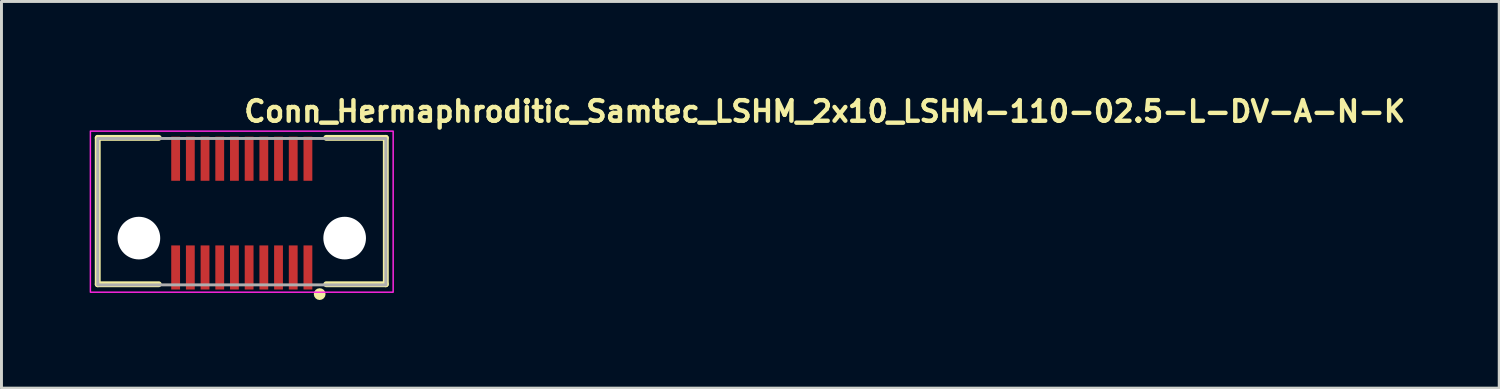
<source format=kicad_pcb>
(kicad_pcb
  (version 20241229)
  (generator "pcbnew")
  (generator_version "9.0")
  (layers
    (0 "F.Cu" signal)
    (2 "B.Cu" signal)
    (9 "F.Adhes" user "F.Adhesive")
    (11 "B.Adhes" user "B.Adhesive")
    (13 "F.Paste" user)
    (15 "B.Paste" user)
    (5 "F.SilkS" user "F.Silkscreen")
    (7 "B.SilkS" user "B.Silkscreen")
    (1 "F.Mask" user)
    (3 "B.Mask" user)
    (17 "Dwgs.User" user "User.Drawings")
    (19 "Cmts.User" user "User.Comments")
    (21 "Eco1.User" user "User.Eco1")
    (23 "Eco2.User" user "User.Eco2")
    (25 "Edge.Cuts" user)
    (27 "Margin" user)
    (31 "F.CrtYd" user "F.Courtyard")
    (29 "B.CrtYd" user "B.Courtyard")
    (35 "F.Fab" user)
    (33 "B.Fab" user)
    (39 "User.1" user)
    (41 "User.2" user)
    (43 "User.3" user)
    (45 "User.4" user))
  (footprint "Conn_Hermaphroditic_Samtec_LSHM_2x10_LSHM-110-02.5-L-DV-A-N-K"
    (layer "F.Cu")
    (at 5.175 4.15)
    (property "Reference" "Conn_Hermaphroditic_Samtec_LSHM_2x10_LSHM-110-02.5-L-DV-A-N-K" (at 0 -3 0) (layer "F.SilkS") (effects (font (size 0.7 0.7) (thickness 0.15)) (justify left bottom)))
    (attr smd)
    (fp_line (start -4.9 -2.51) (end -4.9 2.47) (stroke (width 0.2) (type solid)) (layer "F.SilkS"))
    (fp_line (start -4.9 -2.51) (end -2.825 -2.51) (stroke (width 0.2) (type solid)) (layer "F.SilkS"))
    (fp_line (start -4.9 2.47) (end -2.825 2.47) (stroke (width 0.2) (type solid)) (layer "F.SilkS"))
    (fp_line (start 2.875 -2.51) (end 4.9 -2.51) (stroke (width 0.2) (type solid)) (layer "F.SilkS"))
    (fp_line (start 2.875 2.47) (end 4.9 2.47) (stroke (width 0.2) (type solid)) (layer "F.SilkS"))
    (fp_line (start 4.9 2.47) (end 4.9 -2.51) (stroke (width 0.2) (type solid)) (layer "F.SilkS"))
    (fp_circle (center 2.65 2.805) (end 2.75 2.805) (stroke (width 0.2) (type solid)) (fill no) (layer "F.SilkS"))
    (fp_rect (start -5.15 -2.74) (end 5.15 2.74) (stroke (width 0.05) (type solid)) (fill no) (layer "F.CrtYd"))
    (fp_rect (start -4.9 -2.49) (end 4.9 2.49) (stroke (width 0.1) (type solid)) (fill no) (layer "F.Fab"))
    (fp_rect (start -4.9 -2.49) (end 4.9 2.49) (stroke (width 0.1) (type solid)) (fill no) (layer "User.5"))
    (fp_line (start -4.9 -1.44) (end -4.9 -1.84) (stroke (width 0.02) (type solid)) (layer "User.9"))
    (fp_line (start -4.9 1.84) (end -4.9 1.44) (stroke (width 0.02) (type solid)) (layer "User.9"))
    (fp_line (start -4.9 1.84) (end -4.849 1.84) (stroke (width 0.02) (type solid)) (layer "User.9"))
    (fp_line (start -4.849 -1.84) (end -4.9 -1.84) (stroke (width 0.02) (type solid)) (layer "User.9"))
    (fp_line (start -4.849 -1.84) (end -4.849 -0.1) (stroke (width 0.02) (type solid)) (layer "User.9"))
    (fp_line (start -4.849 -1.44) (end -4.9 -1.44) (stroke (width 0.02) (type solid)) (layer "User.9"))
    (fp_line (start -4.849 -0.1) (end -4.5 -0.1) (stroke (width 0.02) (type solid)) (layer "User.9"))
    (fp_line (start -4.849 1.44) (end -4.9 1.44) (stroke (width 0.02) (type solid)) (layer "User.9"))
    (fp_line (start -4.849 1.44) (end -4.849 -0.1) (stroke (width 0.02) (type solid)) (layer "User.9"))
    (fp_line (start -4.7 -0.1) (end -4.7 1.99) (stroke (width 0.02) (type solid)) (layer "User.9"))
    (fp_line (start -4.7 1.99) (end -4.849 1.84) (stroke (width 0.02) (type solid)) (layer "User.9"))
    (fp_line (start -4.7 1.99) (end -4.6 2.09) (stroke (width 0.02) (type solid)) (layer "User.9"))
    (fp_line (start -4.6 2.09) (end -4.45 2.24) (stroke (width 0.02) (type solid)) (layer "User.9"))
    (fp_line (start -4.5 -0.1) (end -4.35 -0.25) (stroke (width 0.02) (type solid)) (layer "User.9"))
    (fp_line (start -4.45 -2.34) (end -4.45 -2.24) (stroke (width 0.02) (type solid)) (layer "User.9"))
    (fp_line (start -4.45 -2.24) (end -4.849 -1.84) (stroke (width 0.02) (type solid)) (layer "User.9"))
    (fp_line (start -4.45 2.24) (end -4.45 2.34) (stroke (width 0.02) (type solid)) (layer "User.9"))
    (fp_line (start -4.45 2.34) (end -4.25 2.34) (stroke (width 0.02) (type solid)) (layer "User.9"))
    (fp_line (start -4.35 -0.9) (end -3.865 -0.9) (stroke (width 0.02) (type solid)) (layer "User.9"))
    (fp_line (start -4.35 -0.25) (end -4.35 -0.9) (stroke (width 0.02) (type solid)) (layer "User.9"))
    (fp_line (start -4.3 0.15) (end -4.3 0.8) (stroke (width 0.02) (type solid)) (layer "User.9"))
    (fp_line (start -4.3 0.8) (end -3.825 0.8) (stroke (width 0.02) (type solid)) (layer "User.9"))
    (fp_line (start -4.25 2.09) (end -4.6 2.09) (stroke (width 0.02) (type solid)) (layer "User.9"))
    (fp_line (start -4.25 2.09) (end -4.25 2.39) (stroke (width 0.02) (type solid)) (layer "User.9"))
    (fp_line (start -4.15 0) (end -4.3 0.15) (stroke (width 0.02) (type solid)) (layer "User.9"))
    (fp_line (start -4.049 -2.34) (end -4.45 -2.34) (stroke (width 0.02) (type solid)) (layer "User.9"))
    (fp_line (start -4.049 -2.34) (end -4.049 -2.24) (stroke (width 0.02) (type solid)) (layer "User.9"))
    (fp_line (start -3.865 -1.5) (end -3.035 -1.5) (stroke (width 0.02) (type solid)) (layer "User.9"))
    (fp_line (start -3.865 -0.9) (end -3.865 -1.5) (stroke (width 0.02) (type solid)) (layer "User.9"))
    (fp_line (start -3.85 2.09) (end -4.25 2.09) (stroke (width 0.02) (type solid)) (layer "User.9"))
    (fp_line (start -3.85 2.09) (end -3.85 2.39) (stroke (width 0.02) (type solid)) (layer "User.9"))
    (fp_line (start -3.85 2.39) (end -4.25 2.39) (stroke (width 0.02) (type solid)) (layer "User.9"))
    (fp_line (start -3.825 0.8) (end -3.825 1.399) (stroke (width 0.02) (type solid)) (layer "User.9"))
    (fp_line (start -3.825 1.399) (end -3.075 1.399) (stroke (width 0.02) (type solid)) (layer "User.9"))
    (fp_line (start -3.4 -2.24) (end -3.4 -2.49) (stroke (width 0.02) (type solid)) (layer "User.9"))
    (fp_line (start -3.4 2.49) (end -3.4 2.24) (stroke (width 0.02) (type solid)) (layer "User.9"))
    (fp_line (start -3.2 -2.49) (end -3.4 -2.49) (stroke (width 0.02) (type solid)) (layer "User.9"))
    (fp_line (start -3.2 -2.24) (end -3.2 -2.49) (stroke (width 0.02) (type solid)) (layer "User.9"))
    (fp_line (start -3.2 2.49) (end -3.4 2.49) (stroke (width 0.02) (type solid)) (layer "User.9"))
    (fp_line (start -3.2 2.49) (end -3.2 2.24) (stroke (width 0.02) (type solid)) (layer "User.9"))
    (fp_line (start -3.075 0.8) (end -2.7 0.8) (stroke (width 0.02) (type solid)) (layer "User.9"))
    (fp_line (start -3.075 1.399) (end -3.075 0.8) (stroke (width 0.02) (type solid)) (layer "User.9"))
    (fp_line (start -3.035 -1.5) (end -3.035 -0.9) (stroke (width 0.02) (type solid)) (layer "User.9"))
    (fp_line (start -3.035 -0.9) (end -2.384 -0.9) (stroke (width 0.02) (type solid)) (layer "User.9"))
    (fp_line (start -2.7 -2.49) (end -3.2 -2.49) (stroke (width 0.02) (type solid)) (layer "User.9"))
    (fp_line (start -2.7 -2.24) (end -2.7 -2.49) (stroke (width 0.02) (type solid)) (layer "User.9"))
    (fp_line (start -2.7 0.54) (end -2.7 0.8) (stroke (width 0.02) (type solid)) (layer "User.9"))
    (fp_line (start -2.7 2.49) (end -3.2 2.49) (stroke (width 0.02) (type solid)) (layer "User.9"))
    (fp_line (start -2.7 2.49) (end -2.7 2.24) (stroke (width 0.02) (type solid)) (layer "User.9"))
    (fp_line (start -2.384 -1.45) (end -2.384 -0.9) (stroke (width 0.02) (type solid)) (layer "User.9"))
    (fp_line (start -2.384 -0.9) (end -2.384 -0.65) (stroke (width 0.02) (type solid)) (layer "User.9"))
    (fp_line (start -2.384 -0.9) (end -2.35 -0.9) (stroke (width 0.02) (type solid)) (layer "User.9"))
    (fp_line (start -2.384 -0.65) (end -2.115 -0.65) (stroke (width 0.02) (type solid)) (layer "User.9"))
    (fp_line (start -2.384 0.545) (end -2.115 0.545) (stroke (width 0.02) (type solid)) (layer "User.9"))
    (fp_line (start -2.384 0.8) (end -2.7 0.8) (stroke (width 0.02) (type solid)) (layer "User.9"))
    (fp_line (start -2.384 0.8) (end -2.384 0.545) (stroke (width 0.02) (type solid)) (layer "User.9"))
    (fp_line (start -2.384 0.8) (end -2.384 1.25) (stroke (width 0.02) (type solid)) (layer "User.9"))
    (fp_line (start -2.384 0.8) (end -2.35 0.8) (stroke (width 0.02) (type solid)) (layer "User.9"))
    (fp_line (start -2.384 1.25) (end -2.35 1.25) (stroke (width 0.02) (type solid)) (layer "User.9"))
    (fp_line (start -2.35 -2.3) (end -2.35 -2.25) (stroke (width 0.02) (type solid)) (layer "User.9"))
    (fp_line (start -2.35 -2.25) (end -2.35 -2.24) (stroke (width 0.02) (type solid)) (layer "User.9"))
    (fp_line (start -2.35 -1.17) (end -2.35 -0.814) (stroke (width 0.02) (type solid)) (layer "User.9"))
    (fp_line (start -2.35 -0.814) (end -2.35 -0.67) (stroke (width 0.02) (type solid)) (layer "User.9"))
    (fp_line (start -2.35 -0.67) (end -2.35 -0.65) (stroke (width 0.02) (type solid)) (layer "User.9"))
    (fp_line (start -2.35 0.545) (end -2.35 0.722) (stroke (width 0.02) (type solid)) (layer "User.9"))
    (fp_line (start -2.35 0.722) (end -2.35 0.87) (stroke (width 0.02) (type solid)) (layer "User.9"))
    (fp_line (start -2.35 0.87) (end -2.35 1.2) (stroke (width 0.02) (type solid)) (layer "User.9"))
    (fp_line (start -2.35 1.2) (end -2.35 1.3) (stroke (width 0.02) (type solid)) (layer "User.9"))
    (fp_line (start -2.35 2.24) (end -2.35 2.25) (stroke (width 0.02) (type solid)) (layer "User.9"))
    (fp_line (start -2.35 2.25) (end -2.35 2.3) (stroke (width 0.02) (type solid)) (layer "User.9"))
    (fp_line (start -2.15 -2.3) (end -2.35 -2.3) (stroke (width 0.02) (type solid)) (layer "User.9"))
    (fp_line (start -2.15 -2.25) (end -2.15 -2.3) (stroke (width 0.02) (type solid)) (layer "User.9"))
    (fp_line (start -2.15 -2.24) (end -2.15 -2.25) (stroke (width 0.02) (type solid)) (layer "User.9"))
    (fp_line (start -2.15 -1.17) (end -2.35 -1.17) (stroke (width 0.02) (type solid)) (layer "User.9"))
    (fp_line (start -2.15 -0.9) (end -2.115 -0.9) (stroke (width 0.02) (type solid)) (layer "User.9"))
    (fp_line (start -2.15 -0.814) (end -2.35 -0.814) (stroke (width 0.02) (type solid)) (layer "User.9"))
    (fp_line (start -2.15 -0.814) (end -2.15 -1.17) (stroke (width 0.02) (type solid)) (layer "User.9"))
    (fp_line (start -2.15 -0.67) (end -2.35 -0.67) (stroke (width 0.02) (type solid)) (layer "User.9"))
    (fp_line (start -2.15 -0.67) (end -2.15 -0.814) (stroke (width 0.02) (type solid)) (layer "User.9"))
    (fp_line (start -2.15 -0.65) (end -2.15 -0.67) (stroke (width 0.02) (type solid)) (layer "User.9"))
    (fp_line (start -2.15 0.545) (end -2.15 0.722) (stroke (width 0.02) (type solid)) (layer "User.9"))
    (fp_line (start -2.15 0.722) (end -2.35 0.722) (stroke (width 0.02) (type solid)) (layer "User.9"))
    (fp_line (start -2.15 0.722) (end -2.15 0.87) (stroke (width 0.02) (type solid)) (layer "User.9"))
    (fp_line (start -2.15 0.8) (end -2.115 0.8) (stroke (width 0.02) (type solid)) (layer "User.9"))
    (fp_line (start -2.15 0.87) (end -2.35 0.87) (stroke (width 0.02) (type solid)) (layer "User.9"))
    (fp_line (start -2.15 0.87) (end -2.15 1.2) (stroke (width 0.02) (type solid)) (layer "User.9"))
    (fp_line (start -2.15 1.2) (end -2.15 1.3) (stroke (width 0.02) (type solid)) (layer "User.9"))
    (fp_line (start -2.15 1.25) (end -2.115 1.25) (stroke (width 0.02) (type solid)) (layer "User.9"))
    (fp_line (start -2.15 2.24) (end -2.15 2.25) (stroke (width 0.02) (type solid)) (layer "User.9"))
    (fp_line (start -2.15 2.25) (end -2.15 2.3) (stroke (width 0.02) (type solid)) (layer "User.9"))
    (fp_line (start -2.15 2.3) (end -2.35 2.3) (stroke (width 0.02) (type solid)) (layer "User.9"))
    (fp_line (start -2.115 -1.45) (end -2.384 -1.45) (stroke (width 0.02) (type solid)) (layer "User.9"))
    (fp_line (start -2.115 -0.9) (end -2.115 -1.45) (stroke (width 0.02) (type solid)) (layer "User.9"))
    (fp_line (start -2.115 -0.9) (end -1.885 -0.9) (stroke (width 0.02) (type solid)) (layer "User.9"))
    (fp_line (start -2.115 -0.65) (end -2.115 -0.9) (stroke (width 0.02) (type solid)) (layer "User.9"))
    (fp_line (start -2.115 0.545) (end -2.115 0.8) (stroke (width 0.02) (type solid)) (layer "User.9"))
    (fp_line (start -2.115 1.25) (end -2.115 0.8) (stroke (width 0.02) (type solid)) (layer "User.9"))
    (fp_line (start -2 -2.24) (end -4.45 -2.24) (stroke (width 0.02) (type solid)) (layer "User.9"))
    (fp_line (start -2 -2.24) (end -2 -1.96) (stroke (width 0.02) (type solid)) (layer "User.9"))
    (fp_line (start -2 -1.96) (end -0.5 -1.96) (stroke (width 0.02) (type solid)) (layer "User.9"))
    (fp_line (start -2 0) (end -4.15 0) (stroke (width 0.02) (type solid)) (layer "User.9"))
    (fp_line (start -2 0) (end -2 0.2) (stroke (width 0.02) (type solid)) (layer "User.9"))
    (fp_line (start -2 0.2) (end -1.732 0.2) (stroke (width 0.02) (type solid)) (layer "User.9"))
    (fp_line (start -2 1.96) (end -2 2.09) (stroke (width 0.02) (type solid)) (layer "User.9"))
    (fp_line (start -2 2.09) (end -3.85 2.09) (stroke (width 0.02) (type solid)) (layer "User.9"))
    (fp_line (start -2 2.24) (end -3.85 2.24) (stroke (width 0.02) (type solid)) (layer "User.9"))
    (fp_line (start -2 2.24) (end -2 2.09) (stroke (width 0.02) (type solid)) (layer "User.9"))
    (fp_line (start -2 2.24) (end -0.5 2.24) (stroke (width 0.02) (type solid)) (layer "User.9"))
    (fp_line (start -1.885 -1.45) (end -1.885 -0.9) (stroke (width 0.02) (type solid)) (layer "User.9"))
    (fp_line (start -1.885 -0.9) (end -1.885 -0.65) (stroke (width 0.02) (type solid)) (layer "User.9"))
    (fp_line (start -1.885 -0.9) (end -1.85 -0.9) (stroke (width 0.02) (type solid)) (layer "User.9"))
    (fp_line (start -1.885 -0.65) (end -1.643 -0.65) (stroke (width 0.02) (type solid)) (layer "User.9"))
    (fp_line (start -1.885 0.545) (end -1.645 0.545) (stroke (width 0.02) (type solid)) (layer "User.9"))
    (fp_line (start -1.885 0.8) (end -2.115 0.8) (stroke (width 0.02) (type solid)) (layer "User.9"))
    (fp_line (start -1.885 0.8) (end -1.885 0.545) (stroke (width 0.02) (type solid)) (layer "User.9"))
    (fp_line (start -1.885 0.8) (end -1.885 1.25) (stroke (width 0.02) (type solid)) (layer "User.9"))
    (fp_line (start -1.885 0.8) (end -1.85 0.8) (stroke (width 0.02) (type solid)) (layer "User.9"))
    (fp_line (start -1.885 1.25) (end -1.85 1.25) (stroke (width 0.02) (type solid)) (layer "User.9"))
    (fp_line (start -1.85 -2.3) (end -1.85 -2.25) (stroke (width 0.02) (type solid)) (layer "User.9"))
    (fp_line (start -1.85 -2.25) (end -1.85 -2.05) (stroke (width 0.02) (type solid)) (layer "User.9"))
    (fp_line (start -1.85 -2) (end -1.85 -2.05) (stroke (width 0.02) (type solid)) (layer "User.9"))
    (fp_line (start -1.85 -1.17) (end -1.85 -0.814) (stroke (width 0.02) (type solid)) (layer "User.9"))
    (fp_line (start -1.85 -0.814) (end -1.85 -0.67) (stroke (width 0.02) (type solid)) (layer "User.9"))
    (fp_line (start -1.85 -0.67) (end -1.85 -0.65) (stroke (width 0.02) (type solid)) (layer "User.9"))
    (fp_line (start -1.85 0.722) (end -1.85 0.545) (stroke (width 0.02) (type solid)) (layer "User.9"))
    (fp_line (start -1.85 0.87) (end -1.85 0.722) (stroke (width 0.02) (type solid)) (layer "User.9"))
    (fp_line (start -1.85 1.2) (end -1.85 0.87) (stroke (width 0.02) (type solid)) (layer "User.9"))
    (fp_line (start -1.85 1.3) (end -1.85 1.2) (stroke (width 0.02) (type solid)) (layer "User.9"))
    (fp_line (start -1.85 2.25) (end -1.85 2.24) (stroke (width 0.02) (type solid)) (layer "User.9"))
    (fp_line (start -1.85 2.3) (end -1.85 2.25) (stroke (width 0.02) (type solid)) (layer "User.9"))
    (fp_line (start -1.75 -0.05) (end -1.75 -0.05) (stroke (width 0.02) (type solid)) (layer "User.9"))
    (fp_line (start -1.75 -0.05) (end -1.747 0.04) (stroke (width 0.02) (type solid)) (layer "User.9"))
    (fp_line (start -1.747 -0.14) (end -1.75 -0.05) (stroke (width 0.02) (type solid)) (layer "User.9"))
    (fp_line (start -1.747 0.04) (end -1.74 0.128) (stroke (width 0.02) (type solid)) (layer "User.9"))
    (fp_line (start -1.74 -0.228) (end -1.747 -0.14) (stroke (width 0.02) (type solid)) (layer "User.9"))
    (fp_line (start -1.74 0.128) (end -1.729 0.216) (stroke (width 0.02) (type solid)) (layer "User.9"))
    (fp_line (start -1.729 -0.316) (end -1.74 -0.228) (stroke (width 0.02) (type solid)) (layer "User.9"))
    (fp_line (start -1.729 0.216) (end -1.714 0.302) (stroke (width 0.02) (type solid)) (layer "User.9"))
    (fp_line (start -1.714 -0.402) (end -1.729 -0.316) (stroke (width 0.02) (type solid)) (layer "User.9"))
    (fp_line (start -1.714 0.302) (end -1.694 0.387) (stroke (width 0.02) (type solid)) (layer "User.9"))
    (fp_line (start -1.694 -0.487) (end -1.714 -0.402) (stroke (width 0.02) (type solid)) (layer "User.9"))
    (fp_line (start -1.694 0.387) (end -1.671 0.47) (stroke (width 0.02) (type solid)) (layer "User.9"))
    (fp_line (start -1.671 -0.57) (end -1.694 -0.487) (stroke (width 0.02) (type solid)) (layer "User.9"))
    (fp_line (start -1.671 0.47) (end -1.643 0.551) (stroke (width 0.02) (type solid)) (layer "User.9"))
    (fp_line (start -1.649 -2.3) (end -1.85 -2.3) (stroke (width 0.02) (type solid)) (layer "User.9"))
    (fp_line (start -1.649 -2.25) (end -1.649 -2.3) (stroke (width 0.02) (type solid)) (layer "User.9"))
    (fp_line (start -1.649 -2.05) (end -1.649 -2.25) (stroke (width 0.02) (type solid)) (layer "User.9"))
    (fp_line (start -1.649 -2.05) (end -1.649 -2) (stroke (width 0.02) (type solid)) (layer "User.9"))
    (fp_line (start -1.649 -1.17) (end -1.85 -1.17) (stroke (width 0.02) (type solid)) (layer "User.9"))
    (fp_line (start -1.649 -0.9) (end -1.615 -0.9) (stroke (width 0.02) (type solid)) (layer "User.9"))
    (fp_line (start -1.649 -0.814) (end -1.85 -0.814) (stroke (width 0.02) (type solid)) (layer "User.9"))
    (fp_line (start -1.649 -0.814) (end -1.649 -1.17) (stroke (width 0.02) (type solid)) (layer "User.9"))
    (fp_line (start -1.649 -0.67) (end -1.85 -0.67) (stroke (width 0.02) (type solid)) (layer "User.9"))
    (fp_line (start -1.649 -0.67) (end -1.649 -0.814) (stroke (width 0.02) (type solid)) (layer "User.9"))
    (fp_line (start -1.649 -0.65) (end -1.649 -0.67) (stroke (width 0.02) (type solid)) (layer "User.9"))
    (fp_line (start -1.649 0.545) (end -1.649 0.722) (stroke (width 0.02) (type solid)) (layer "User.9"))
    (fp_line (start -1.649 0.722) (end -1.85 0.722) (stroke (width 0.02) (type solid)) (layer "User.9"))
    (fp_line (start -1.649 0.722) (end -1.649 0.87) (stroke (width 0.02) (type solid)) (layer "User.9"))
    (fp_line (start -1.649 0.8) (end -1.615 0.8) (stroke (width 0.02) (type solid)) (layer "User.9"))
    (fp_line (start -1.649 0.87) (end -1.85 0.87) (stroke (width 0.02) (type solid)) (layer "User.9"))
    (fp_line (start -1.649 0.87) (end -1.649 1.2) (stroke (width 0.02) (type solid)) (layer "User.9"))
    (fp_line (start -1.649 1.2) (end -1.649 1.3) (stroke (width 0.02) (type solid)) (layer "User.9"))
    (fp_line (start -1.649 1.25) (end -1.615 1.25) (stroke (width 0.02) (type solid)) (layer "User.9"))
    (fp_line (start -1.649 2.24) (end -1.649 2.25) (stroke (width 0.02) (type solid)) (layer "User.9"))
    (fp_line (start -1.649 2.25) (end -1.649 2.3) (stroke (width 0.02) (type solid)) (layer "User.9"))
    (fp_line (start -1.649 2.3) (end -1.85 2.3) (stroke (width 0.02) (type solid)) (layer "User.9"))
    (fp_line (start -1.647 0.54) (end -2.7 0.54) (stroke (width 0.02) (type solid)) (layer "User.9"))
    (fp_line (start -1.643 -0.651) (end -1.671 -0.57) (stroke (width 0.02) (type solid)) (layer "User.9"))
    (fp_line (start -1.643 0.551) (end -1.612 0.631) (stroke (width 0.02) (type solid)) (layer "User.9"))
    (fp_line (start -1.615 -1.45) (end -1.885 -1.45) (stroke (width 0.02) (type solid)) (layer "User.9"))
    (fp_line (start -1.615 -0.9) (end -1.615 -1.45) (stroke (width 0.02) (type solid)) (layer "User.9"))
    (fp_line (start -1.615 -0.9) (end -1.529 -0.9) (stroke (width 0.02) (type solid)) (layer "User.9"))
    (fp_line (start -1.615 -0.723) (end -1.615 -0.9) (stroke (width 0.02) (type solid)) (layer "User.9"))
    (fp_line (start -1.615 0.623) (end -1.615 0.8) (stroke (width 0.02) (type solid)) (layer "User.9"))
    (fp_line (start -1.615 1.25) (end -1.615 0.8) (stroke (width 0.02) (type solid)) (layer "User.9"))
    (fp_line (start -1.612 -0.731) (end -1.643 -0.651) (stroke (width 0.02) (type solid)) (layer "User.9"))
    (fp_line (start -1.612 0.631) (end -1.577 0.708) (stroke (width 0.02) (type solid)) (layer "User.9"))
    (fp_line (start -1.577 -0.808) (end -1.612 -0.731) (stroke (width 0.02) (type solid)) (layer "User.9"))
    (fp_line (start -1.577 0.708) (end -1.538 0.784) (stroke (width 0.02) (type solid)) (layer "User.9"))
    (fp_line (start -1.538 -0.884) (end -1.577 -0.808) (stroke (width 0.02) (type solid)) (layer "User.9"))
    (fp_line (start -1.538 0.784) (end -1.496 0.857) (stroke (width 0.02) (type solid)) (layer "User.9"))
    (fp_line (start -1.529 0.8) (end -1.615 0.8) (stroke (width 0.02) (type solid)) (layer "User.9"))
    (fp_line (start -1.496 -0.957) (end -1.538 -0.884) (stroke (width 0.02) (type solid)) (layer "User.9"))
    (fp_line (start -1.496 0.857) (end -1.451 0.928) (stroke (width 0.02) (type solid)) (layer "User.9"))
    (fp_line (start -1.451 -1.028) (end -1.496 -0.957) (stroke (width 0.02) (type solid)) (layer "User.9"))
    (fp_line (start -1.451 0.928) (end -1.402 0.997) (stroke (width 0.02) (type solid)) (layer "User.9"))
    (fp_line (start -1.402 -1.097) (end -1.451 -1.028) (stroke (width 0.02) (type solid)) (layer "User.9"))
    (fp_line (start -1.402 0.997) (end -1.35 1.063) (stroke (width 0.02) (type solid)) (layer "User.9"))
    (fp_line (start -1.385 -1.45) (end -1.385 -1.119) (stroke (width 0.02) (type solid)) (layer "User.9"))
    (fp_line (start -1.385 1.019) (end -1.385 1.25) (stroke (width 0.02) (type solid)) (layer "User.9"))
    (fp_line (start -1.385 1.25) (end -1.35 1.25) (stroke (width 0.02) (type solid)) (layer "User.9"))
    (fp_line (start -1.35 -2.3) (end -1.35 -2.25) (stroke (width 0.02) (type solid)) (layer "User.9"))
    (fp_line (start -1.35 -2.25) (end -1.35 -2.05) (stroke (width 0.02) (type solid)) (layer "User.9"))
    (fp_line (start -1.35 -2) (end -1.35 -2.05) (stroke (width 0.02) (type solid)) (layer "User.9"))
    (fp_line (start -1.35 -1.17) (end -1.35 -1.163) (stroke (width 0.02) (type solid)) (layer "User.9"))
    (fp_line (start -1.35 -1.163) (end -1.402 -1.097) (stroke (width 0.02) (type solid)) (layer "User.9"))
    (fp_line (start -1.35 1.063) (end -1.295 1.126) (stroke (width 0.02) (type solid)) (layer "User.9"))
    (fp_line (start -1.35 1.2) (end -1.35 1.063) (stroke (width 0.02) (type solid)) (layer "User.9"))
    (fp_line (start -1.35 1.3) (end -1.35 1.2) (stroke (width 0.02) (type solid)) (layer "User.9"))
    (fp_line (start -1.35 2.25) (end -1.35 2.24) (stroke (width 0.02) (type solid)) (layer "User.9"))
    (fp_line (start -1.35 2.3) (end -1.35 2.25) (stroke (width 0.02) (type solid)) (layer "User.9"))
    (fp_line (start -1.344 -1.17) (end -1.35 -1.17) (stroke (width 0.02) (type solid)) (layer "User.9"))
    (fp_line (start -1.295 -1.226) (end -1.35 -1.163) (stroke (width 0.02) (type solid)) (layer "User.9"))
    (fp_line (start -1.295 1.126) (end -1.237 1.187) (stroke (width 0.02) (type solid)) (layer "User.9"))
    (fp_line (start -1.237 -1.287) (end -1.295 -1.226) (stroke (width 0.02) (type solid)) (layer "User.9"))
    (fp_line (start -1.237 1.187) (end -1.176 1.245) (stroke (width 0.02) (type solid)) (layer "User.9"))
    (fp_line (start -1.176 -1.345) (end -1.237 -1.287) (stroke (width 0.02) (type solid)) (layer "User.9"))
    (fp_line (start -1.176 1.245) (end -1.113 1.3) (stroke (width 0.02) (type solid)) (layer "User.9"))
    (fp_line (start -1.15 -2.3) (end -1.35 -2.3) (stroke (width 0.02) (type solid)) (layer "User.9"))
    (fp_line (start -1.15 -2.25) (end -1.15 -2.3) (stroke (width 0.02) (type solid)) (layer "User.9"))
    (fp_line (start -1.15 -2.05) (end -1.15 -2.25) (stroke (width 0.02) (type solid)) (layer "User.9"))
    (fp_line (start -1.15 -2.05) (end -1.15 -2) (stroke (width 0.02) (type solid)) (layer "User.9"))
    (fp_line (start -1.15 1.269) (end -1.15 1.3) (stroke (width 0.02) (type solid)) (layer "User.9"))
    (fp_line (start -1.15 2.24) (end -1.15 2.25) (stroke (width 0.02) (type solid)) (layer "User.9"))
    (fp_line (start -1.15 2.25) (end -1.15 2.3) (stroke (width 0.02) (type solid)) (layer "User.9"))
    (fp_line (start -1.15 2.3) (end -1.35 2.3) (stroke (width 0.02) (type solid)) (layer "User.9"))
    (fp_line (start -1.115 -1.45) (end -1.385 -1.45) (stroke (width 0.02) (type solid)) (layer "User.9"))
    (fp_line (start -1.115 -1.398) (end -1.115 -1.45) (stroke (width 0.02) (type solid)) (layer "User.9"))
    (fp_line (start -1.113 -1.4) (end -1.176 -1.345) (stroke (width 0.02) (type solid)) (layer "User.9"))
    (fp_line (start -1.113 1.3) (end -1.047 1.352) (stroke (width 0.02) (type solid)) (layer "User.9"))
    (fp_line (start -1.047 -1.452) (end -1.113 -1.4) (stroke (width 0.02) (type solid)) (layer "User.9"))
    (fp_line (start -1.047 1.352) (end -0.978 1.401) (stroke (width 0.02) (type solid)) (layer "User.9"))
    (fp_line (start -0.978 -1.501) (end -1.047 -1.452) (stroke (width 0.02) (type solid)) (layer "User.9"))
    (fp_line (start -0.978 1.401) (end -0.907 1.446) (stroke (width 0.02) (type solid)) (layer "User.9"))
    (fp_line (start -0.907 -1.546) (end -0.978 -1.501) (stroke (width 0.02) (type solid)) (layer "User.9"))
    (fp_line (start -0.907 1.446) (end -0.834 1.488) (stroke (width 0.02) (type solid)) (layer "User.9"))
    (fp_line (start -0.85 -2.3) (end -0.85 -2.25) (stroke (width 0.02) (type solid)) (layer "User.9"))
    (fp_line (start -0.85 -2.25) (end -0.85 -2.05) (stroke (width 0.02) (type solid)) (layer "User.9"))
    (fp_line (start -0.85 -2) (end -0.85 -2.05) (stroke (width 0.02) (type solid)) (layer "User.9"))
    (fp_line (start -0.85 2.25) (end -0.85 2.24) (stroke (width 0.02) (type solid)) (layer "User.9"))
    (fp_line (start -0.85 2.3) (end -0.85 2.25) (stroke (width 0.02) (type solid)) (layer "User.9"))
    (fp_line (start -0.834 -1.588) (end -0.907 -1.546) (stroke (width 0.02) (type solid)) (layer "User.9"))
    (fp_line (start -0.834 1.488) (end -0.758 1.527) (stroke (width 0.02) (type solid)) (layer "User.9"))
    (fp_line (start -0.758 -1.627) (end -0.834 -1.588) (stroke (width 0.02) (type solid)) (layer "User.9"))
    (fp_line (start -0.758 1.527) (end -0.681 1.562) (stroke (width 0.02) (type solid)) (layer "User.9"))
    (fp_line (start -0.681 -1.662) (end -0.758 -1.627) (stroke (width 0.02) (type solid)) (layer "User.9"))
    (fp_line (start -0.681 1.562) (end -0.601 1.593) (stroke (width 0.02) (type solid)) (layer "User.9"))
    (fp_line (start -0.65 -2.3) (end -0.85 -2.3) (stroke (width 0.02) (type solid)) (layer "User.9"))
    (fp_line (start -0.65 -2.25) (end -0.65 -2.3) (stroke (width 0.02) (type solid)) (layer "User.9"))
    (fp_line (start -0.65 -2.05) (end -0.65 -2.25) (stroke (width 0.02) (type solid)) (layer "User.9"))
    (fp_line (start -0.65 -2.05) (end -0.65 -2) (stroke (width 0.02) (type solid)) (layer "User.9"))
    (fp_line (start -0.65 2.24) (end -0.65 2.25) (stroke (width 0.02) (type solid)) (layer "User.9"))
    (fp_line (start -0.65 2.25) (end -0.65 2.3) (stroke (width 0.02) (type solid)) (layer "User.9"))
    (fp_line (start -0.65 2.3) (end -0.85 2.3) (stroke (width 0.02) (type solid)) (layer "User.9"))
    (fp_line (start -0.601 -1.693) (end -0.681 -1.662) (stroke (width 0.02) (type solid)) (layer "User.9"))
    (fp_line (start -0.601 1.593) (end -0.52 1.621) (stroke (width 0.02) (type solid)) (layer "User.9"))
    (fp_line (start -0.52 -1.721) (end -0.601 -1.693) (stroke (width 0.02) (type solid)) (layer "User.9"))
    (fp_line (start -0.52 1.621) (end -0.437 1.644) (stroke (width 0.02) (type solid)) (layer "User.9"))
    (fp_line (start -0.5 -2) (end -2 -2) (stroke (width 0.02) (type solid)) (layer "User.9"))
    (fp_line (start -0.5 -1.96) (end -0.5 -2.24) (stroke (width 0.02) (type solid)) (layer "User.9"))
    (fp_line (start -0.5 1.96) (end -2 1.96) (stroke (width 0.02) (type solid)) (layer "User.9"))
    (fp_line (start -0.5 2.09) (end -0.5 1.96) (stroke (width 0.02) (type solid)) (layer "User.9"))
    (fp_line (start -0.5 2.09) (end -0.5 2.24) (stroke (width 0.02) (type solid)) (layer "User.9"))
    (fp_line (start -0.437 -1.744) (end -0.52 -1.721) (stroke (width 0.02) (type solid)) (layer "User.9"))
    (fp_line (start -0.437 1.644) (end -0.352 1.664) (stroke (width 0.02) (type solid)) (layer "User.9"))
    (fp_line (start -0.352 -1.764) (end -0.437 -1.744) (stroke (width 0.02) (type solid)) (layer "User.9"))
    (fp_line (start -0.352 1.664) (end -0.266 1.679) (stroke (width 0.02) (type solid)) (layer "User.9"))
    (fp_line (start -0.349 -2.3) (end -0.349 -2.25) (stroke (width 0.02) (type solid)) (layer "User.9"))
    (fp_line (start -0.349 -2.25) (end -0.349 -2.24) (stroke (width 0.02) (type solid)) (layer "User.9"))
    (fp_line (start -0.349 2.25) (end -0.349 2.24) (stroke (width 0.02) (type solid)) (layer "User.9"))
    (fp_line (start -0.349 2.3) (end -0.349 2.25) (stroke (width 0.02) (type solid)) (layer "User.9"))
    (fp_line (start -0.266 -1.779) (end -0.352 -1.764) (stroke (width 0.02) (type solid)) (layer "User.9"))
    (fp_line (start -0.266 1.679) (end -0.178 1.69) (stroke (width 0.02) (type solid)) (layer "User.9"))
    (fp_line (start -0.178 -1.79) (end -0.266 -1.779) (stroke (width 0.02) (type solid)) (layer "User.9"))
    (fp_line (start -0.178 1.69) (end -0.09 1.697) (stroke (width 0.02) (type solid)) (layer "User.9"))
    (fp_line (start -0.15 -2.3) (end -0.349 -2.3) (stroke (width 0.02) (type solid)) (layer "User.9"))
    (fp_line (start -0.15 -2.25) (end -0.15 -2.3) (stroke (width 0.02) (type solid)) (layer "User.9"))
    (fp_line (start -0.15 -2.24) (end -0.15 -2.25) (stroke (width 0.02) (type solid)) (layer "User.9"))
    (fp_line (start -0.15 2.24) (end -0.15 2.25) (stroke (width 0.02) (type solid)) (layer "User.9"))
    (fp_line (start -0.15 2.25) (end -0.15 2.3) (stroke (width 0.02) (type solid)) (layer "User.9"))
    (fp_line (start -0.15 2.3) (end -0.349 2.3) (stroke (width 0.02) (type solid)) (layer "User.9"))
    (fp_line (start -0.09 -1.797) (end -0.178 -1.79) (stroke (width 0.02) (type solid)) (layer "User.9"))
    (fp_line (start -0.09 1.697) (end 0 1.7) (stroke (width 0.02) (type solid)) (layer "User.9"))
    (fp_line (start 0 -1.8) (end -0.09 -1.797) (stroke (width 0.02) (type solid)) (layer "User.9"))
    (fp_line (start 0 -1.8) (end 0 -1.8) (stroke (width 0.02) (type solid)) (layer "User.9"))
    (fp_line (start 0 1.7) (end 0 1.7) (stroke (width 0.02) (type solid)) (layer "User.9"))
    (fp_line (start 0 1.7) (end 0.09 1.697) (stroke (width 0.02) (type solid)) (layer "User.9"))
    (fp_line (start 0.09 -1.797) (end 0 -1.8) (stroke (width 0.02) (type solid)) (layer "User.9"))
    (fp_line (start 0.09 1.697) (end 0.178 1.69) (stroke (width 0.02) (type solid)) (layer "User.9"))
    (fp_line (start 0.15 -2.3) (end 0.15 -2.25) (stroke (width 0.02) (type solid)) (layer "User.9"))
    (fp_line (start 0.15 -2.25) (end 0.15 -2.24) (stroke (width 0.02) (type solid)) (layer "User.9"))
    (fp_line (start 0.15 2.25) (end 0.15 2.24) (stroke (width 0.02) (type solid)) (layer "User.9"))
    (fp_line (start 0.15 2.3) (end 0.15 2.25) (stroke (width 0.02) (type solid)) (layer "User.9"))
    (fp_line (start 0.178 -1.79) (end 0.09 -1.797) (stroke (width 0.02) (type solid)) (layer "User.9"))
    (fp_line (start 0.178 1.69) (end 0.266 1.679) (stroke (width 0.02) (type solid)) (layer "User.9"))
    (fp_line (start 0.266 -1.779) (end 0.178 -1.79) (stroke (width 0.02) (type solid)) (layer "User.9"))
    (fp_line (start 0.266 1.679) (end 0.352 1.664) (stroke (width 0.02) (type solid)) (layer "User.9"))
    (fp_line (start 0.349 -2.3) (end 0.15 -2.3) (stroke (width 0.02) (type solid)) (layer "User.9"))
    (fp_line (start 0.349 -2.25) (end 0.349 -2.3) (stroke (width 0.02) (type solid)) (layer "User.9"))
    (fp_line (start 0.349 -2.24) (end 0.349 -2.25) (stroke (width 0.02) (type solid)) (layer "User.9"))
    (fp_line (start 0.349 2.24) (end 0.349 2.25) (stroke (width 0.02) (type solid)) (layer "User.9"))
    (fp_line (start 0.349 2.25) (end 0.349 2.3) (stroke (width 0.02) (type solid)) (layer "User.9"))
    (fp_line (start 0.349 2.3) (end 0.15 2.3) (stroke (width 0.02) (type solid)) (layer "User.9"))
    (fp_line (start 0.352 -1.764) (end 0.266 -1.779) (stroke (width 0.02) (type solid)) (layer "User.9"))
    (fp_line (start 0.352 1.664) (end 0.437 1.644) (stroke (width 0.02) (type solid)) (layer "User.9"))
    (fp_line (start 0.437 -1.744) (end 0.352 -1.764) (stroke (width 0.02) (type solid)) (layer "User.9"))
    (fp_line (start 0.437 1.644) (end 0.52 1.621) (stroke (width 0.02) (type solid)) (layer "User.9"))
    (fp_line (start 0.5 -2.24) (end -0.5 -2.24) (stroke (width 0.02) (type solid)) (layer "User.9"))
    (fp_line (start 0.5 -2.24) (end 0.5 -1.96) (stroke (width 0.02) (type solid)) (layer "User.9"))
    (fp_line (start 0.5 -1.96) (end 2 -1.96) (stroke (width 0.02) (type solid)) (layer "User.9"))
    (fp_line (start 0.5 1.96) (end 0.5 2.09) (stroke (width 0.02) (type solid)) (layer "User.9"))
    (fp_line (start 0.5 2.09) (end -0.5 2.09) (stroke (width 0.02) (type solid)) (layer "User.9"))
    (fp_line (start 0.5 2.24) (end -0.5 2.24) (stroke (width 0.02) (type solid)) (layer "User.9"))
    (fp_line (start 0.5 2.24) (end 0.5 2.09) (stroke (width 0.02) (type solid)) (layer "User.9"))
    (fp_line (start 0.5 2.24) (end 2 2.24) (stroke (width 0.02) (type solid)) (layer "User.9"))
    (fp_line (start 0.52 -1.721) (end 0.437 -1.744) (stroke (width 0.02) (type solid)) (layer "User.9"))
    (fp_line (start 0.52 1.621) (end 0.601 1.593) (stroke (width 0.02) (type solid)) (layer "User.9"))
    (fp_line (start 0.601 -1.693) (end 0.52 -1.721) (stroke (width 0.02) (type solid)) (layer "User.9"))
    (fp_line (start 0.601 1.593) (end 0.681 1.562) (stroke (width 0.02) (type solid)) (layer "User.9"))
    (fp_line (start 0.65 -2.3) (end 0.65 -2.25) (stroke (width 0.02) (type solid)) (layer "User.9"))
    (fp_line (start 0.65 -2.25) (end 0.65 -2.05) (stroke (width 0.02) (type solid)) (layer "User.9"))
    (fp_line (start 0.65 -2) (end 0.65 -2.05) (stroke (width 0.02) (type solid)) (layer "User.9"))
    (fp_line (start 0.65 2.25) (end 0.65 2.24) (stroke (width 0.02) (type solid)) (layer "User.9"))
    (fp_line (start 0.65 2.3) (end 0.65 2.25) (stroke (width 0.02) (type solid)) (layer "User.9"))
    (fp_line (start 0.681 -1.662) (end 0.601 -1.693) (stroke (width 0.02) (type solid)) (layer "User.9"))
    (fp_line (start 0.681 1.562) (end 0.758 1.527) (stroke (width 0.02) (type solid)) (layer "User.9"))
    (fp_line (start 0.758 -1.627) (end 0.681 -1.662) (stroke (width 0.02) (type solid)) (layer "User.9"))
    (fp_line (start 0.758 1.527) (end 0.834 1.488) (stroke (width 0.02) (type solid)) (layer "User.9"))
    (fp_line (start 0.834 -1.588) (end 0.758 -1.627) (stroke (width 0.02) (type solid)) (layer "User.9"))
    (fp_line (start 0.834 1.488) (end 0.907 1.446) (stroke (width 0.02) (type solid)) (layer "User.9"))
    (fp_line (start 0.85 -2.3) (end 0.65 -2.3) (stroke (width 0.02) (type solid)) (layer "User.9"))
    (fp_line (start 0.85 -2.25) (end 0.85 -2.3) (stroke (width 0.02) (type solid)) (layer "User.9"))
    (fp_line (start 0.85 -2.05) (end 0.85 -2.25) (stroke (width 0.02) (type solid)) (layer "User.9"))
    (fp_line (start 0.85 -2.05) (end 0.85 -2) (stroke (width 0.02) (type solid)) (layer "User.9"))
    (fp_line (start 0.85 2.24) (end 0.85 2.25) (stroke (width 0.02) (type solid)) (layer "User.9"))
    (fp_line (start 0.85 2.25) (end 0.85 2.3) (stroke (width 0.02) (type solid)) (layer "User.9"))
    (fp_line (start 0.85 2.3) (end 0.65 2.3) (stroke (width 0.02) (type solid)) (layer "User.9"))
    (fp_line (start 0.907 -1.546) (end 0.834 -1.588) (stroke (width 0.02) (type solid)) (layer "User.9"))
    (fp_line (start 0.907 1.446) (end 0.978 1.401) (stroke (width 0.02) (type solid)) (layer "User.9"))
    (fp_line (start 0.978 -1.501) (end 0.907 -1.546) (stroke (width 0.02) (type solid)) (layer "User.9"))
    (fp_line (start 0.978 1.401) (end 1.047 1.352) (stroke (width 0.02) (type solid)) (layer "User.9"))
    (fp_line (start 1.047 -1.452) (end 0.978 -1.501) (stroke (width 0.02) (type solid)) (layer "User.9"))
    (fp_line (start 1.047 1.352) (end 1.113 1.3) (stroke (width 0.02) (type solid)) (layer "User.9"))
    (fp_line (start 1.113 -1.4) (end 1.047 -1.452) (stroke (width 0.02) (type solid)) (layer "User.9"))
    (fp_line (start 1.113 1.3) (end 1.176 1.245) (stroke (width 0.02) (type solid)) (layer "User.9"))
    (fp_line (start 1.115 -1.45) (end 1.115 -1.398) (stroke (width 0.02) (type solid)) (layer "User.9"))
    (fp_line (start 1.15 -2.3) (end 1.15 -2.25) (stroke (width 0.02) (type solid)) (layer "User.9"))
    (fp_line (start 1.15 -2.25) (end 1.15 -2.05) (stroke (width 0.02) (type solid)) (layer "User.9"))
    (fp_line (start 1.15 -2) (end 1.15 -2.05) (stroke (width 0.02) (type solid)) (layer "User.9"))
    (fp_line (start 1.15 1.3) (end 1.15 1.269) (stroke (width 0.02) (type solid)) (layer "User.9"))
    (fp_line (start 1.15 2.25) (end 1.15 2.24) (stroke (width 0.02) (type solid)) (layer "User.9"))
    (fp_line (start 1.15 2.3) (end 1.15 2.25) (stroke (width 0.02) (type solid)) (layer "User.9"))
    (fp_line (start 1.176 -1.345) (end 1.113 -1.4) (stroke (width 0.02) (type solid)) (layer "User.9"))
    (fp_line (start 1.176 1.245) (end 1.237 1.187) (stroke (width 0.02) (type solid)) (layer "User.9"))
    (fp_line (start 1.237 -1.287) (end 1.176 -1.345) (stroke (width 0.02) (type solid)) (layer "User.9"))
    (fp_line (start 1.237 1.187) (end 1.295 1.126) (stroke (width 0.02) (type solid)) (layer "User.9"))
    (fp_line (start 1.295 -1.226) (end 1.237 -1.287) (stroke (width 0.02) (type solid)) (layer "User.9"))
    (fp_line (start 1.295 1.126) (end 1.35 1.063) (stroke (width 0.02) (type solid)) (layer "User.9"))
    (fp_line (start 1.35 -2.3) (end 1.15 -2.3) (stroke (width 0.02) (type solid)) (layer "User.9"))
    (fp_line (start 1.35 -2.25) (end 1.35 -2.3) (stroke (width 0.02) (type solid)) (layer "User.9"))
    (fp_line (start 1.35 -2.05) (end 1.35 -2.25) (stroke (width 0.02) (type solid)) (layer "User.9"))
    (fp_line (start 1.35 -2.05) (end 1.35 -2) (stroke (width 0.02) (type solid)) (layer "User.9"))
    (fp_line (start 1.35 -1.17) (end 1.344 -1.17) (stroke (width 0.02) (type solid)) (layer "User.9"))
    (fp_line (start 1.35 -1.163) (end 1.295 -1.226) (stroke (width 0.02) (type solid)) (layer "User.9"))
    (fp_line (start 1.35 -1.163) (end 1.35 -1.17) (stroke (width 0.02) (type solid)) (layer "User.9"))
    (fp_line (start 1.35 1.063) (end 1.35 1.2) (stroke (width 0.02) (type solid)) (layer "User.9"))
    (fp_line (start 1.35 1.063) (end 1.402 0.997) (stroke (width 0.02) (type solid)) (layer "User.9"))
    (fp_line (start 1.35 1.2) (end 1.35 1.3) (stroke (width 0.02) (type solid)) (layer "User.9"))
    (fp_line (start 1.35 1.25) (end 1.385 1.25) (stroke (width 0.02) (type solid)) (layer "User.9"))
    (fp_line (start 1.35 2.24) (end 1.35 2.25) (stroke (width 0.02) (type solid)) (layer "User.9"))
    (fp_line (start 1.35 2.25) (end 1.35 2.3) (stroke (width 0.02) (type solid)) (layer "User.9"))
    (fp_line (start 1.35 2.3) (end 1.15 2.3) (stroke (width 0.02) (type solid)) (layer "User.9"))
    (fp_line (start 1.385 -1.45) (end 1.115 -1.45) (stroke (width 0.02) (type solid)) (layer "User.9"))
    (fp_line (start 1.385 -1.119) (end 1.385 -1.45) (stroke (width 0.02) (type solid)) (layer "User.9"))
    (fp_line (start 1.385 1.25) (end 1.385 1.019) (stroke (width 0.02) (type solid)) (layer "User.9"))
    (fp_line (start 1.402 -1.097) (end 1.35 -1.163) (stroke (width 0.02) (type solid)) (layer "User.9"))
    (fp_line (start 1.402 0.997) (end 1.451 0.928) (stroke (width 0.02) (type solid)) (layer "User.9"))
    (fp_line (start 1.451 -1.028) (end 1.402 -1.097) (stroke (width 0.02) (type solid)) (layer "User.9"))
    (fp_line (start 1.451 0.928) (end 1.496 0.857) (stroke (width 0.02) (type solid)) (layer "User.9"))
    (fp_line (start 1.496 -0.957) (end 1.451 -1.028) (stroke (width 0.02) (type solid)) (layer "User.9"))
    (fp_line (start 1.496 0.857) (end 1.538 0.784) (stroke (width 0.02) (type solid)) (layer "User.9"))
    (fp_line (start 1.529 -0.9) (end 1.615 -0.9) (stroke (width 0.02) (type solid)) (layer "User.9"))
    (fp_line (start 1.538 -0.884) (end 1.496 -0.957) (stroke (width 0.02) (type solid)) (layer "User.9"))
    (fp_line (start 1.538 0.784) (end 1.577 0.708) (stroke (width 0.02) (type solid)) (layer "User.9"))
    (fp_line (start 1.577 -0.808) (end 1.538 -0.884) (stroke (width 0.02) (type solid)) (layer "User.9"))
    (fp_line (start 1.577 0.708) (end 1.612 0.631) (stroke (width 0.02) (type solid)) (layer "User.9"))
    (fp_line (start 1.612 -0.731) (end 1.577 -0.808) (stroke (width 0.02) (type solid)) (layer "User.9"))
    (fp_line (start 1.612 0.631) (end 1.643 0.551) (stroke (width 0.02) (type solid)) (layer "User.9"))
    (fp_line (start 1.615 -1.45) (end 1.615 -0.9) (stroke (width 0.02) (type solid)) (layer "User.9"))
    (fp_line (start 1.615 -0.9) (end 1.615 -0.723) (stroke (width 0.02) (type solid)) (layer "User.9"))
    (fp_line (start 1.615 -0.9) (end 1.649 -0.9) (stroke (width 0.02) (type solid)) (layer "User.9"))
    (fp_line (start 1.615 0.8) (end 1.529 0.8) (stroke (width 0.02) (type solid)) (layer "User.9"))
    (fp_line (start 1.615 0.8) (end 1.615 0.623) (stroke (width 0.02) (type solid)) (layer "User.9"))
    (fp_line (start 1.615 0.8) (end 1.615 1.25) (stroke (width 0.02) (type solid)) (layer "User.9"))
    (fp_line (start 1.615 0.8) (end 1.649 0.8) (stroke (width 0.02) (type solid)) (layer "User.9"))
    (fp_line (start 1.615 1.25) (end 1.649 1.25) (stroke (width 0.02) (type solid)) (layer "User.9"))
    (fp_line (start 1.643 -0.651) (end 1.612 -0.731) (stroke (width 0.02) (type solid)) (layer "User.9"))
    (fp_line (start 1.643 -0.65) (end 1.885 -0.65) (stroke (width 0.02) (type solid)) (layer "User.9"))
    (fp_line (start 1.643 0.551) (end 1.671 0.47) (stroke (width 0.02) (type solid)) (layer "User.9"))
    (fp_line (start 1.645 0.545) (end 1.885 0.545) (stroke (width 0.02) (type solid)) (layer "User.9"))
    (fp_line (start 1.649 -2.3) (end 1.649 -2.25) (stroke (width 0.02) (type solid)) (layer "User.9"))
    (fp_line (start 1.649 -2.25) (end 1.649 -2.05) (stroke (width 0.02) (type solid)) (layer "User.9"))
    (fp_line (start 1.649 -2) (end 1.649 -2.05) (stroke (width 0.02) (type solid)) (layer "User.9"))
    (fp_line (start 1.649 -1.17) (end 1.649 -0.814) (stroke (width 0.02) (type solid)) (layer "User.9"))
    (fp_line (start 1.649 -0.814) (end 1.649 -0.67) (stroke (width 0.02) (type solid)) (layer "User.9"))
    (fp_line (start 1.649 -0.67) (end 1.649 -0.65) (stroke (width 0.02) (type solid)) (layer "User.9"))
    (fp_line (start 1.649 0.722) (end 1.649 0.545) (stroke (width 0.02) (type solid)) (layer "User.9"))
    (fp_line (start 1.649 0.87) (end 1.649 0.722) (stroke (width 0.02) (type solid)) (layer "User.9"))
    (fp_line (start 1.649 1.2) (end 1.649 0.87) (stroke (width 0.02) (type solid)) (layer "User.9"))
    (fp_line (start 1.649 1.3) (end 1.649 1.2) (stroke (width 0.02) (type solid)) (layer "User.9"))
    (fp_line (start 1.649 2.25) (end 1.649 2.24) (stroke (width 0.02) (type solid)) (layer "User.9"))
    (fp_line (start 1.649 2.3) (end 1.649 2.25) (stroke (width 0.02) (type solid)) (layer "User.9"))
    (fp_line (start 1.671 -0.57) (end 1.643 -0.651) (stroke (width 0.02) (type solid)) (layer "User.9"))
    (fp_line (start 1.671 0.47) (end 1.694 0.387) (stroke (width 0.02) (type solid)) (layer "User.9"))
    (fp_line (start 1.694 -0.487) (end 1.671 -0.57) (stroke (width 0.02) (type solid)) (layer "User.9"))
    (fp_line (start 1.694 0.387) (end 1.714 0.302) (stroke (width 0.02) (type solid)) (layer "User.9"))
    (fp_line (start 1.714 -0.402) (end 1.694 -0.487) (stroke (width 0.02) (type solid)) (layer "User.9"))
    (fp_line (start 1.714 0.302) (end 1.729 0.216) (stroke (width 0.02) (type solid)) (layer "User.9"))
    (fp_line (start 1.729 -0.316) (end 1.714 -0.402) (stroke (width 0.02) (type solid)) (layer "User.9"))
    (fp_line (start 1.729 0.216) (end 1.74 0.128) (stroke (width 0.02) (type solid)) (layer "User.9"))
    (fp_line (start 1.732 0.2) (end 2 0.2) (stroke (width 0.02) (type solid)) (layer "User.9"))
    (fp_line (start 1.74 -0.228) (end 1.729 -0.316) (stroke (width 0.02) (type solid)) (layer "User.9"))
    (fp_line (start 1.74 0.128) (end 1.747 0.04) (stroke (width 0.02) (type solid)) (layer "User.9"))
    (fp_line (start 1.747 -0.14) (end 1.74 -0.228) (stroke (width 0.02) (type solid)) (layer "User.9"))
    (fp_line (start 1.747 0.04) (end 1.75 -0.05) (stroke (width 0.02) (type solid)) (layer "User.9"))
    (fp_line (start 1.75 -0.05) (end 1.747 -0.14) (stroke (width 0.02) (type solid)) (layer "User.9"))
    (fp_line (start 1.75 -0.05) (end 1.75 -0.05) (stroke (width 0.02) (type solid)) (layer "User.9"))
    (fp_line (start 1.75 -0.05) (end 1.75 -0.05) (stroke (width 0.02) (type solid)) (layer "User.9"))
    (fp_line (start 1.85 -2.3) (end 1.649 -2.3) (stroke (width 0.02) (type solid)) (layer "User.9"))
    (fp_line (start 1.85 -2.25) (end 1.85 -2.3) (stroke (width 0.02) (type solid)) (layer "User.9"))
    (fp_line (start 1.85 -2.05) (end 1.85 -2.25) (stroke (width 0.02) (type solid)) (layer "User.9"))
    (fp_line (start 1.85 -2.05) (end 1.85 -2) (stroke (width 0.02) (type solid)) (layer "User.9"))
    (fp_line (start 1.85 -1.17) (end 1.649 -1.17) (stroke (width 0.02) (type solid)) (layer "User.9"))
    (fp_line (start 1.85 -0.9) (end 1.885 -0.9) (stroke (width 0.02) (type solid)) (layer "User.9"))
    (fp_line (start 1.85 -0.814) (end 1.649 -0.814) (stroke (width 0.02) (type solid)) (layer "User.9"))
    (fp_line (start 1.85 -0.814) (end 1.85 -1.17) (stroke (width 0.02) (type solid)) (layer "User.9"))
    (fp_line (start 1.85 -0.67) (end 1.649 -0.67) (stroke (width 0.02) (type solid)) (layer "User.9"))
    (fp_line (start 1.85 -0.67) (end 1.85 -0.814) (stroke (width 0.02) (type solid)) (layer "User.9"))
    (fp_line (start 1.85 -0.65) (end 1.85 -0.67) (stroke (width 0.02) (type solid)) (layer "User.9"))
    (fp_line (start 1.85 0.545) (end 1.85 0.722) (stroke (width 0.02) (type solid)) (layer "User.9"))
    (fp_line (start 1.85 0.722) (end 1.649 0.722) (stroke (width 0.02) (type solid)) (layer "User.9"))
    (fp_line (start 1.85 0.722) (end 1.85 0.87) (stroke (width 0.02) (type solid)) (layer "User.9"))
    (fp_line (start 1.85 0.8) (end 1.885 0.8) (stroke (width 0.02) (type solid)) (layer "User.9"))
    (fp_line (start 1.85 0.87) (end 1.649 0.87) (stroke (width 0.02) (type solid)) (layer "User.9"))
    (fp_line (start 1.85 0.87) (end 1.85 1.2) (stroke (width 0.02) (type solid)) (layer "User.9"))
    (fp_line (start 1.85 1.2) (end 1.85 1.3) (stroke (width 0.02) (type solid)) (layer "User.9"))
    (fp_line (start 1.85 1.25) (end 1.885 1.25) (stroke (width 0.02) (type solid)) (layer "User.9"))
    (fp_line (start 1.85 2.24) (end 1.85 2.25) (stroke (width 0.02) (type solid)) (layer "User.9"))
    (fp_line (start 1.85 2.25) (end 1.85 2.3) (stroke (width 0.02) (type solid)) (layer "User.9"))
    (fp_line (start 1.85 2.3) (end 1.649 2.3) (stroke (width 0.02) (type solid)) (layer "User.9"))
    (fp_line (start 1.885 -1.45) (end 1.615 -1.45) (stroke (width 0.02) (type solid)) (layer "User.9"))
    (fp_line (start 1.885 -0.9) (end 1.885 -1.45) (stroke (width 0.02) (type solid)) (layer "User.9"))
    (fp_line (start 1.885 -0.9) (end 2.115 -0.9) (stroke (width 0.02) (type solid)) (layer "User.9"))
    (fp_line (start 1.885 -0.65) (end 1.885 -0.9) (stroke (width 0.02) (type solid)) (layer "User.9"))
    (fp_line (start 1.885 0.545) (end 1.885 0.8) (stroke (width 0.02) (type solid)) (layer "User.9"))
    (fp_line (start 1.885 1.25) (end 1.885 0.8) (stroke (width 0.02) (type solid)) (layer "User.9"))
    (fp_line (start 2 -2) (end 0.5 -2) (stroke (width 0.02) (type solid)) (layer "User.9"))
    (fp_line (start 2 -1.96) (end 2 -2.24) (stroke (width 0.02) (type solid)) (layer "User.9"))
    (fp_line (start 2 0.2) (end 2 0) (stroke (width 0.02) (type solid)) (layer "User.9"))
    (fp_line (start 2 1.96) (end 0.5 1.96) (stroke (width 0.02) (type solid)) (layer "User.9"))
    (fp_line (start 2 2.09) (end 2 1.96) (stroke (width 0.02) (type solid)) (layer "User.9"))
    (fp_line (start 2 2.09) (end 2 2.24) (stroke (width 0.02) (type solid)) (layer "User.9"))
    (fp_line (start 2.115 -1.45) (end 2.115 -0.9) (stroke (width 0.02) (type solid)) (layer "User.9"))
    (fp_line (start 2.115 -0.9) (end 2.115 -0.65) (stroke (width 0.02) (type solid)) (layer "User.9"))
    (fp_line (start 2.115 -0.9) (end 2.15 -0.9) (stroke (width 0.02) (type solid)) (layer "User.9"))
    (fp_line (start 2.115 -0.65) (end 2.384 -0.65) (stroke (width 0.02) (type solid)) (layer "User.9"))
    (fp_line (start 2.115 0.545) (end 2.384 0.545) (stroke (width 0.02) (type solid)) (layer "User.9"))
    (fp_line (start 2.115 0.8) (end 1.885 0.8) (stroke (width 0.02) (type solid)) (layer "User.9"))
    (fp_line (start 2.115 0.8) (end 2.115 0.545) (stroke (width 0.02) (type solid)) (layer "User.9"))
    (fp_line (start 2.115 0.8) (end 2.115 1.25) (stroke (width 0.02) (type solid)) (layer "User.9"))
    (fp_line (start 2.115 0.8) (end 2.15 0.8) (stroke (width 0.02) (type solid)) (layer "User.9"))
    (fp_line (start 2.115 1.25) (end 2.15 1.25) (stroke (width 0.02) (type solid)) (layer "User.9"))
    (fp_line (start 2.15 -2.3) (end 2.15 -2.25) (stroke (width 0.02) (type solid)) (layer "User.9"))
    (fp_line (start 2.15 -2.25) (end 2.15 -2.24) (stroke (width 0.02) (type solid)) (layer "User.9"))
    (fp_line (start 2.15 -1.17) (end 2.15 -0.814) (stroke (width 0.02) (type solid)) (layer "User.9"))
    (fp_line (start 2.15 -0.814) (end 2.15 -0.67) (stroke (width 0.02) (type solid)) (layer "User.9"))
    (fp_line (start 2.15 -0.67) (end 2.15 -0.65) (stroke (width 0.02) (type solid)) (layer "User.9"))
    (fp_line (start 2.15 0.722) (end 2.15 0.545) (stroke (width 0.02) (type solid)) (layer "User.9"))
    (fp_line (start 2.15 0.87) (end 2.15 0.722) (stroke (width 0.02) (type solid)) (layer "User.9"))
    (fp_line (start 2.15 1.2) (end 2.15 0.87) (stroke (width 0.02) (type solid)) (layer "User.9"))
    (fp_line (start 2.15 1.3) (end 2.15 1.2) (stroke (width 0.02) (type solid)) (layer "User.9"))
    (fp_line (start 2.15 2.25) (end 2.15 2.24) (stroke (width 0.02) (type solid)) (layer "User.9"))
    (fp_line (start 2.15 2.3) (end 2.15 2.25) (stroke (width 0.02) (type solid)) (layer "User.9"))
    (fp_line (start 2.35 -2.3) (end 2.15 -2.3) (stroke (width 0.02) (type solid)) (layer "User.9"))
    (fp_line (start 2.35 -2.3) (end 2.35 -2.25) (stroke (width 0.02) (type solid)) (layer "User.9"))
    (fp_line (start 2.35 -2.25) (end 2.35 -2.24) (stroke (width 0.02) (type solid)) (layer "User.9"))
    (fp_line (start 2.35 -1.17) (end 2.15 -1.17) (stroke (width 0.02) (type solid)) (layer "User.9"))
    (fp_line (start 2.35 -1.17) (end 2.35 -0.814) (stroke (width 0.02) (type solid)) (layer "User.9"))
    (fp_line (start 2.35 -0.9) (end 2.384 -0.9) (stroke (width 0.02) (type solid)) (layer "User.9"))
    (fp_line (start 2.35 -0.814) (end 2.15 -0.814) (stroke (width 0.02) (type solid)) (layer "User.9"))
    (fp_line (start 2.35 -0.814) (end 2.35 -0.67) (stroke (width 0.02) (type solid)) (layer "User.9"))
    (fp_line (start 2.35 -0.67) (end 2.15 -0.67) (stroke (width 0.02) (type solid)) (layer "User.9"))
    (fp_line (start 2.35 -0.67) (end 2.35 -0.65) (stroke (width 0.02) (type solid)) (layer "User.9"))
    (fp_line (start 2.35 0.545) (end 2.35 0.722) (stroke (width 0.02) (type solid)) (layer "User.9"))
    (fp_line (start 2.35 0.722) (end 2.15 0.722) (stroke (width 0.02) (type solid)) (layer "User.9"))
    (fp_line (start 2.35 0.722) (end 2.35 0.87) (stroke (width 0.02) (type solid)) (layer "User.9"))
    (fp_line (start 2.35 0.8) (end 2.384 0.8) (stroke (width 0.02) (type solid)) (layer "User.9"))
    (fp_line (start 2.35 0.87) (end 2.15 0.87) (stroke (width 0.02) (type solid)) (layer "User.9"))
    (fp_line (start 2.35 0.87) (end 2.35 1.2) (stroke (width 0.02) (type solid)) (layer "User.9"))
    (fp_line (start 2.35 1.2) (end 2.35 1.3) (stroke (width 0.02) (type solid)) (layer "User.9"))
    (fp_line (start 2.35 1.25) (end 2.384 1.25) (stroke (width 0.02) (type solid)) (layer "User.9"))
    (fp_line (start 2.35 2.24) (end 2.35 2.25) (stroke (width 0.02) (type solid)) (layer "User.9"))
    (fp_line (start 2.35 2.25) (end 2.35 2.3) (stroke (width 0.02) (type solid)) (layer "User.9"))
    (fp_line (start 2.35 2.3) (end 2.15 2.3) (stroke (width 0.02) (type solid)) (layer "User.9"))
    (fp_line (start 2.384 -1.45) (end 2.115 -1.45) (stroke (width 0.02) (type solid)) (layer "User.9"))
    (fp_line (start 2.384 -0.9) (end 2.384 -1.45) (stroke (width 0.02) (type solid)) (layer "User.9"))
    (fp_line (start 2.384 -0.9) (end 3.035 -0.9) (stroke (width 0.02) (type solid)) (layer "User.9"))
    (fp_line (start 2.384 -0.65) (end 2.384 -0.9) (stroke (width 0.02) (type solid)) (layer "User.9"))
    (fp_line (start 2.384 0.545) (end 2.384 0.8) (stroke (width 0.02) (type solid)) (layer "User.9"))
    (fp_line (start 2.384 1.25) (end 2.384 0.8) (stroke (width 0.02) (type solid)) (layer "User.9"))
    (fp_line (start 2.7 -2.24) (end 2.7 -2.49) (stroke (width 0.02) (type solid)) (layer "User.9"))
    (fp_line (start 2.7 0.54) (end 1.647 0.54) (stroke (width 0.02) (type solid)) (layer "User.9"))
    (fp_line (start 2.7 0.54) (end 2.7 0.8) (stroke (width 0.02) (type solid)) (layer "User.9"))
    (fp_line (start 2.7 0.8) (end 2.384 0.8) (stroke (width 0.02) (type solid)) (layer "User.9"))
    (fp_line (start 2.7 0.8) (end 3.075 0.8) (stroke (width 0.02) (type solid)) (layer "User.9"))
    (fp_line (start 2.7 2.49) (end 2.7 2.24) (stroke (width 0.02) (type solid)) (layer "User.9"))
    (fp_line (start 3.035 -1.5) (end 3.865 -1.5) (stroke (width 0.02) (type solid)) (layer "User.9"))
    (fp_line (start 3.035 -0.9) (end 3.035 -1.5) (stroke (width 0.02) (type solid)) (layer "User.9"))
    (fp_line (start 3.075 0.8) (end 3.075 1.399) (stroke (width 0.02) (type solid)) (layer "User.9"))
    (fp_line (start 3.075 1.399) (end 3.825 1.399) (stroke (width 0.02) (type solid)) (layer "User.9"))
    (fp_line (start 3.2 -2.49) (end 2.7 -2.49) (stroke (width 0.02) (type solid)) (layer "User.9"))
    (fp_line (start 3.2 -2.24) (end 3.2 -2.49) (stroke (width 0.02) (type solid)) (layer "User.9"))
    (fp_line (start 3.2 2.49) (end 2.7 2.49) (stroke (width 0.02) (type solid)) (layer "User.9"))
    (fp_line (start 3.2 2.49) (end 3.2 2.24) (stroke (width 0.02) (type solid)) (layer "User.9"))
    (fp_line (start 3.4 -2.49) (end 3.2 -2.49) (stroke (width 0.02) (type solid)) (layer "User.9"))
    (fp_line (start 3.4 -2.24) (end 3.4 -2.49) (stroke (width 0.02) (type solid)) (layer "User.9"))
    (fp_line (start 3.4 2.49) (end 3.2 2.49) (stroke (width 0.02) (type solid)) (layer "User.9"))
    (fp_line (start 3.4 2.49) (end 3.4 2.24) (stroke (width 0.02) (type solid)) (layer "User.9"))
    (fp_line (start 3.825 0.8) (end 4.3 0.8) (stroke (width 0.02) (type solid)) (layer "User.9"))
    (fp_line (start 3.825 1.399) (end 3.825 0.8) (stroke (width 0.02) (type solid)) (layer "User.9"))
    (fp_line (start 3.85 2.09) (end 2 2.09) (stroke (width 0.02) (type solid)) (layer "User.9"))
    (fp_line (start 3.85 2.09) (end 3.85 2.39) (stroke (width 0.02) (type solid)) (layer "User.9"))
    (fp_line (start 3.85 2.09) (end 4.25 2.09) (stroke (width 0.02) (type solid)) (layer "User.9"))
    (fp_line (start 3.85 2.24) (end 2 2.24) (stroke (width 0.02) (type solid)) (layer "User.9"))
    (fp_line (start 3.85 2.39) (end 4.25 2.39) (stroke (width 0.02) (type solid)) (layer "User.9"))
    (fp_line (start 3.865 -1.5) (end 3.865 -0.9) (stroke (width 0.02) (type solid)) (layer "User.9"))
    (fp_line (start 3.865 -0.9) (end 4.35 -0.9) (stroke (width 0.02) (type solid)) (layer "User.9"))
    (fp_line (start 4.049 -2.34) (end 4.049 -2.24) (stroke (width 0.02) (type solid)) (layer "User.9"))
    (fp_line (start 4.15 0) (end 2 0) (stroke (width 0.02) (type solid)) (layer "User.9"))
    (fp_line (start 4.25 2.09) (end 4.25 2.39) (stroke (width 0.02) (type solid)) (layer "User.9"))
    (fp_line (start 4.3 0.15) (end 4.15 0) (stroke (width 0.02) (type solid)) (layer "User.9"))
    (fp_line (start 4.3 0.8) (end 4.3 0.15) (stroke (width 0.02) (type solid)) (layer "User.9"))
    (fp_line (start 4.35 -0.9) (end 4.35 -0.25) (stroke (width 0.02) (type solid)) (layer "User.9"))
    (fp_line (start 4.35 -0.25) (end 4.5 -0.1) (stroke (width 0.02) (type solid)) (layer "User.9"))
    (fp_line (start 4.45 -2.34) (end 4.049 -2.34) (stroke (width 0.02) (type solid)) (layer "User.9"))
    (fp_line (start 4.45 -2.34) (end 4.45 -2.24) (stroke (width 0.02) (type solid)) (layer "User.9"))
    (fp_line (start 4.45 -2.24) (end 2 -2.24) (stroke (width 0.02) (type solid)) (layer "User.9"))
    (fp_line (start 4.45 2.24) (end 4.45 2.34) (stroke (width 0.02) (type solid)) (layer "User.9"))
    (fp_line (start 4.45 2.24) (end 4.6 2.09) (stroke (width 0.02) (type solid)) (layer "User.9"))
    (fp_line (start 4.45 2.34) (end 4.25 2.34) (stroke (width 0.02) (type solid)) (layer "User.9"))
    (fp_line (start 4.5 -0.1) (end 4.849 -0.1) (stroke (width 0.02) (type solid)) (layer "User.9"))
    (fp_line (start 4.6 2.09) (end 4.25 2.09) (stroke (width 0.02) (type solid)) (layer "User.9"))
    (fp_line (start 4.6 2.09) (end 4.7 1.99) (stroke (width 0.02) (type solid)) (layer "User.9"))
    (fp_line (start 4.7 -0.1) (end 4.7 1.99) (stroke (width 0.02) (type solid)) (layer "User.9"))
    (fp_line (start 4.849 -1.84) (end 4.45 -2.24) (stroke (width 0.02) (type solid)) (layer "User.9"))
    (fp_line (start 4.849 -0.1) (end 4.849 -1.84) (stroke (width 0.02) (type solid)) (layer "User.9"))
    (fp_line (start 4.849 -0.1) (end 4.849 1.44) (stroke (width 0.02) (type solid)) (layer "User.9"))
    (fp_line (start 4.849 1.44) (end 4.9 1.44) (stroke (width 0.02) (type solid)) (layer "User.9"))
    (fp_line (start 4.849 1.84) (end 4.7 1.99) (stroke (width 0.02) (type solid)) (layer "User.9"))
    (fp_line (start 4.9 -1.84) (end 4.849 -1.84) (stroke (width 0.02) (type solid)) (layer "User.9"))
    (fp_line (start 4.9 -1.44) (end 4.849 -1.44) (stroke (width 0.02) (type solid)) (layer "User.9"))
    (fp_line (start 4.9 -1.44) (end 4.9 -1.84) (stroke (width 0.02) (type solid)) (layer "User.9"))
    (fp_line (start 4.9 1.84) (end 4.849 1.84) (stroke (width 0.02) (type solid)) (layer "User.9"))
    (fp_line (start 4.9 1.84) (end 4.9 1.44) (stroke (width 0.02) (type solid)) (layer "User.9"))
    (pad "" np_thru_hole circle (at -3.5 0.9) (size 1.45 1.45) (drill 1.45) (layers "*.Cu" "*.Mask"))
    (pad "" np_thru_hole circle (at 3.5 0.9) (size 1.45 1.45) (drill 1.45) (layers "*.Cu" "*.Mask"))
    (pad "1" smd rect (at 2.25 1.899) (size 0.3 1.5) (layers "F.Cu" "F.Mask" "F.Paste"))
    (pad "2" smd rect (at 2.25 -1.8) (size 0.3 1.5) (layers "F.Cu" "F.Mask" "F.Paste"))
    (pad "3" smd rect (at 1.75 1.899) (size 0.3 1.5) (layers "F.Cu" "F.Mask" "F.Paste"))
    (pad "4" smd rect (at 1.75 -1.8) (size 0.3 1.5) (layers "F.Cu" "F.Mask" "F.Paste"))
    (pad "5" smd rect (at 1.25 1.899) (size 0.3 1.5) (layers "F.Cu" "F.Mask" "F.Paste"))
    (pad "6" smd rect (at 1.25 -1.8) (size 0.3 1.5) (layers "F.Cu" "F.Mask" "F.Paste"))
    (pad "7" smd rect (at 0.75 1.899) (size 0.3 1.5) (layers "F.Cu" "F.Mask" "F.Paste"))
    (pad "8" smd rect (at 0.75 -1.8) (size 0.3 1.5) (layers "F.Cu" "F.Mask" "F.Paste"))
    (pad "9" smd rect (at 0.25 1.899) (size 0.3 1.5) (layers "F.Cu" "F.Mask" "F.Paste"))
    (pad "10" smd rect (at 0.25 -1.8) (size 0.3 1.5) (layers "F.Cu" "F.Mask" "F.Paste"))
    (pad "11" smd rect (at -0.25 1.899) (size 0.3 1.5) (layers "F.Cu" "F.Mask" "F.Paste"))
    (pad "12" smd rect (at -0.25 -1.8) (size 0.3 1.5) (layers "F.Cu" "F.Mask" "F.Paste"))
    (pad "13" smd rect (at -0.75 1.899) (size 0.3 1.5) (layers "F.Cu" "F.Mask" "F.Paste"))
    (pad "14" smd rect (at -0.75 -1.8) (size 0.3 1.5) (layers "F.Cu" "F.Mask" "F.Paste"))
    (pad "15" smd rect (at -1.25 1.899) (size 0.3 1.5) (layers "F.Cu" "F.Mask" "F.Paste"))
    (pad "16" smd rect (at -1.25 -1.8) (size 0.3 1.5) (layers "F.Cu" "F.Mask" "F.Paste"))
    (pad "17" smd rect (at -1.75 1.899) (size 0.3 1.5) (layers "F.Cu" "F.Mask" "F.Paste"))
    (pad "18" smd rect (at -1.75 -1.8) (size 0.3 1.5) (layers "F.Cu" "F.Mask" "F.Paste"))
    (pad "19" smd rect (at -2.25 1.899) (size 0.3 1.5) (layers "F.Cu" "F.Mask" "F.Paste"))
    (pad "20" smd rect (at -2.25 -1.8) (size 0.3 1.5) (layers "F.Cu" "F.Mask" "F.Paste")))
  (gr_rect
    (start -3 -3)
    (end 47.952 10.155)
    (stroke (width 0.1) (type default))
    (fill no)
    (layer "Edge.Cuts")))
</source>
